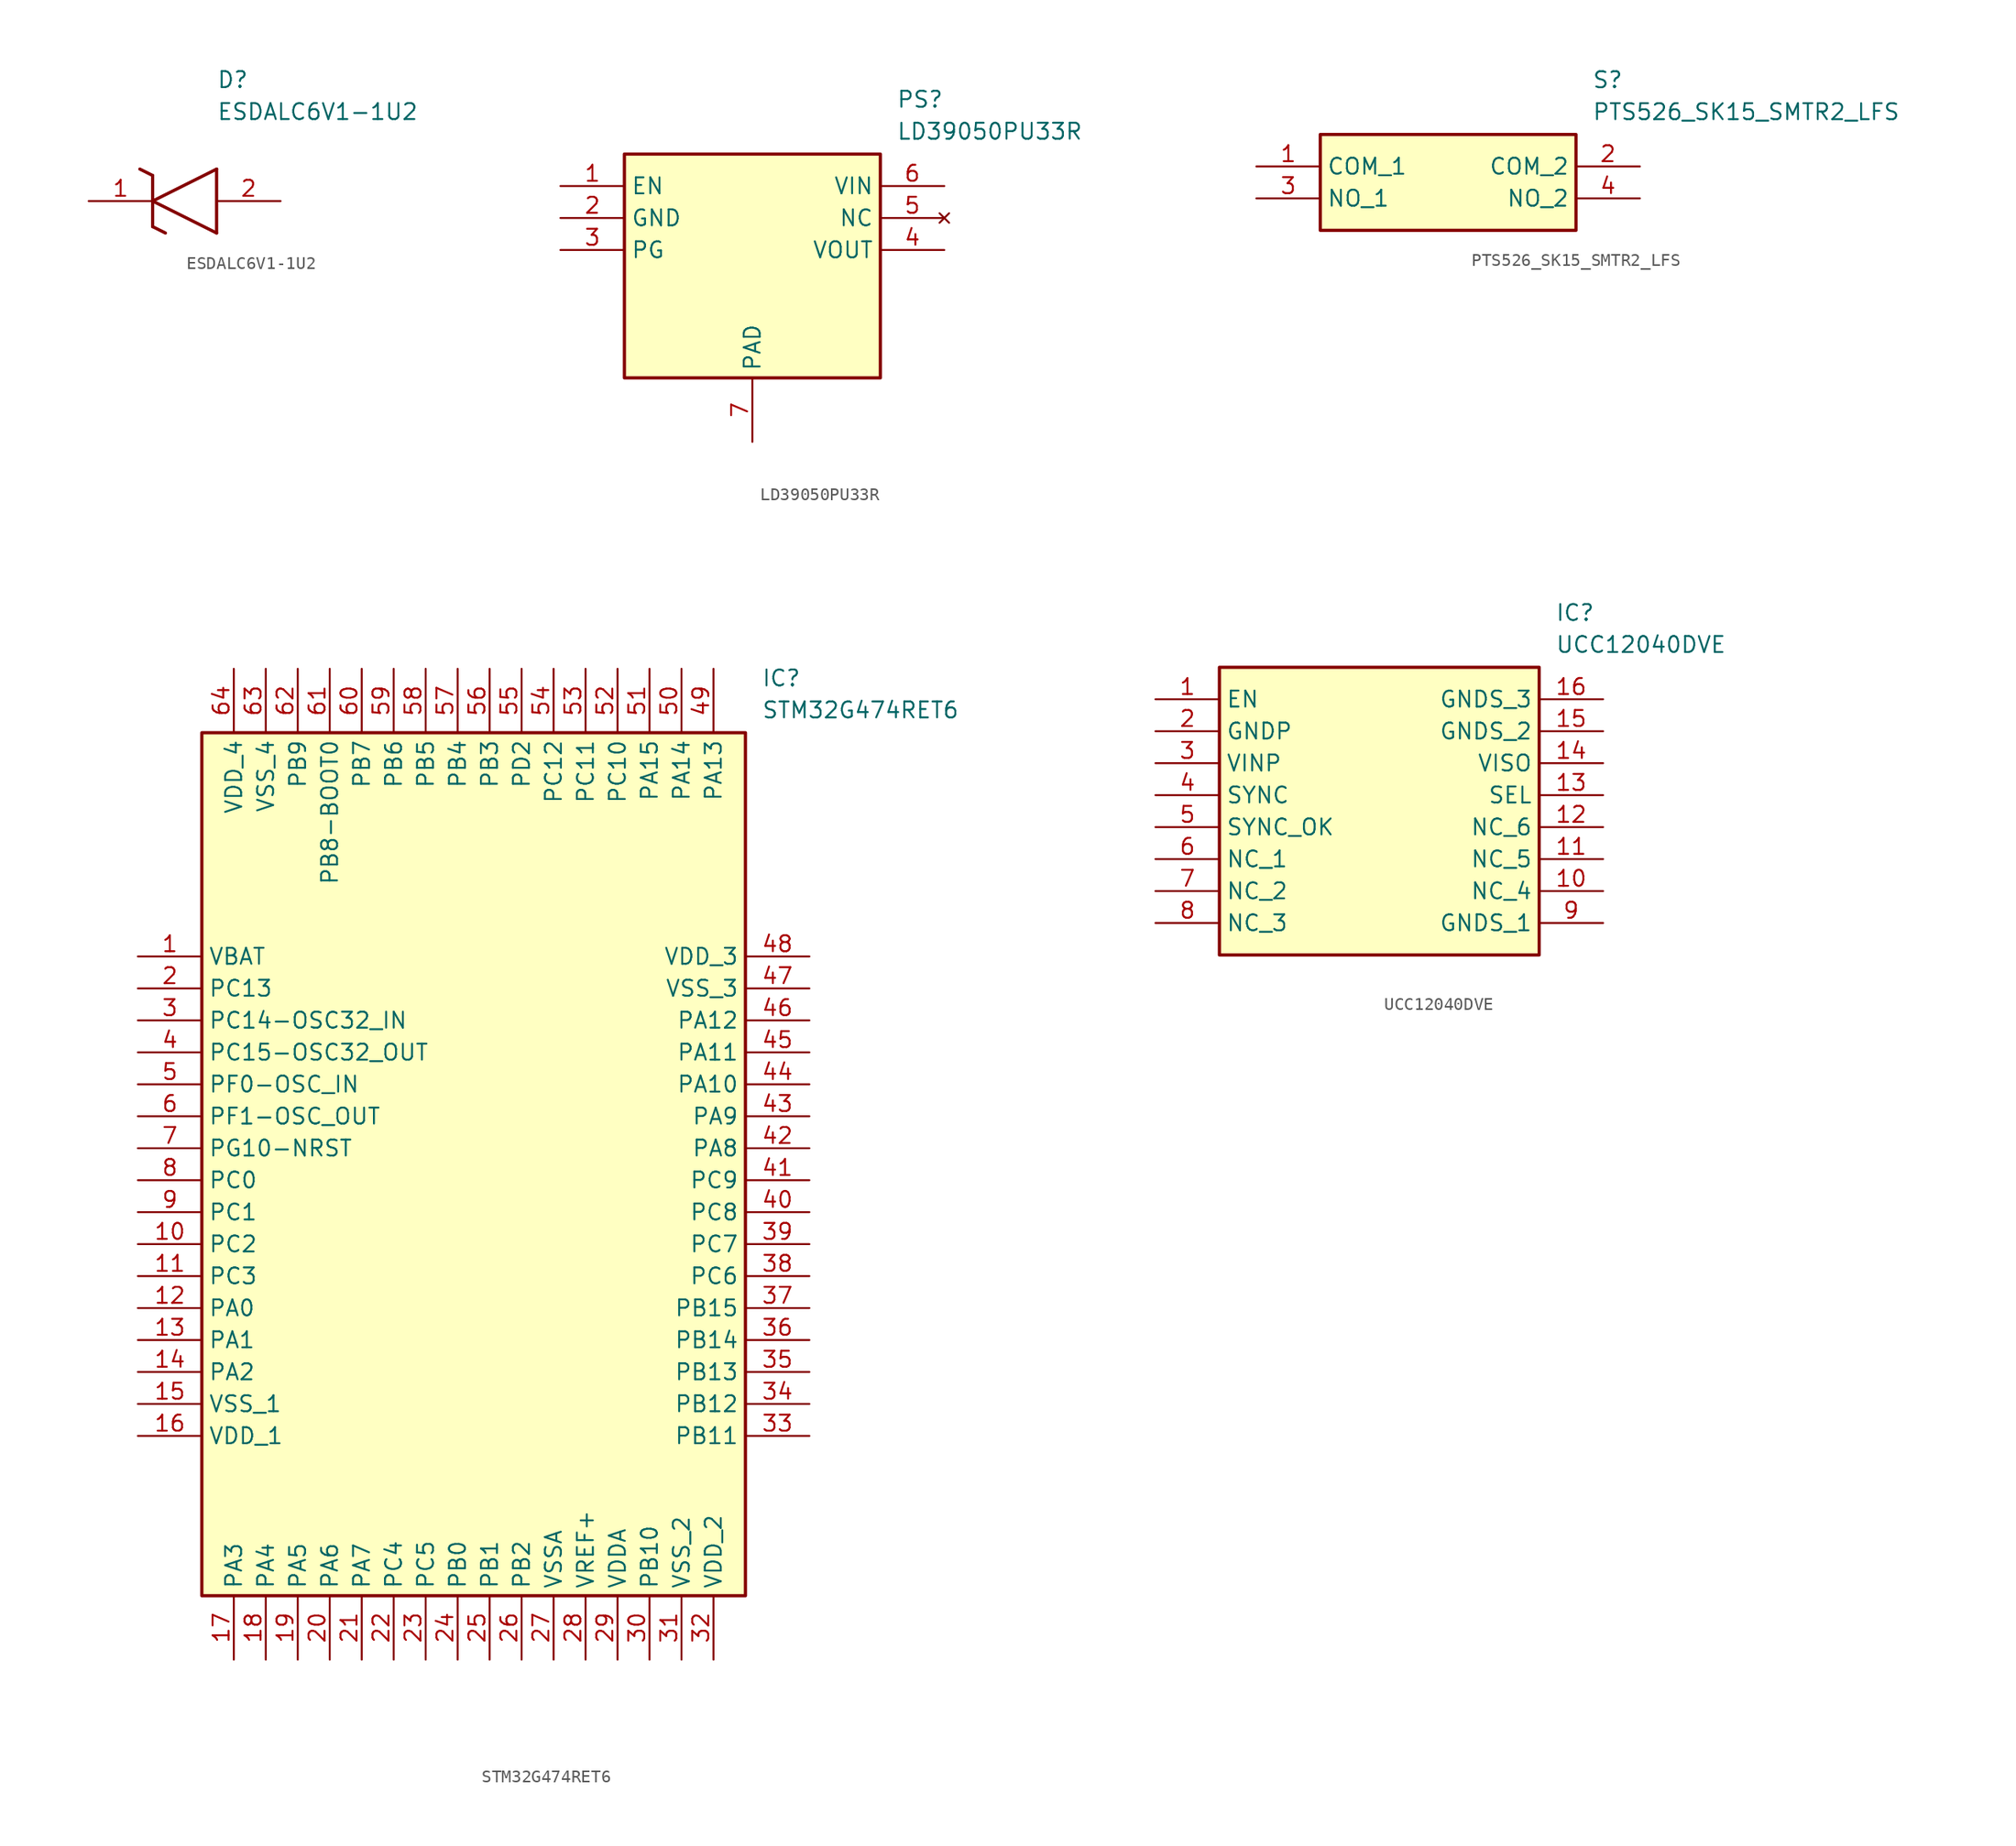
<source format=kicad_sym>
(kicad_symbol_lib
  (version 20220914)
  (generator kicad_symbol_editor)
  (symbol "ESDALC6V1-1U2"
    (pin_names hide)
    (property "Reference" "D"
      (at 10.16 8.89 0)
      (effects (font (size 1.27 1.27)) (justify left bottom)))
    (property "Value" "ESDALC6V1-1U2"
      (at 10.16 6.35 0)
      (effects (font (size 1.27 1.27)) (justify left bottom)))
    (symbol "ESDALC6V1-1U2_1_1"
      (polyline (pts (xy 4.064 2.54) (xy 5.08 2.032)) (stroke (width 0.254) (type default)) (fill (type none)))
      (polyline (pts (xy 5.08 -2.032) (xy 5.08 2.032)) (stroke (width 0.254) (type default)) (fill (type none)))
      (polyline (pts (xy 5.08 -2.032) (xy 6.096 -2.54)) (stroke (width 0.254) (type default)) (fill (type none)))
      (polyline (pts (xy 5.08 0) (xy 10.16 2.54)) (stroke (width 0.254) (type default)) (fill (type none)))
      (polyline (pts (xy 10.16 -2.54) (xy 5.08 0)) (stroke (width 0.254) (type default)) (fill (type none)))
      (polyline (pts (xy 10.16 -2.54) (xy 10.16 2.54)) (stroke (width 0.254) (type default)) (fill (type none)))
      (pin passive line (at 0 0 0) (length 5.08) (name "K" (effects (font (size 1.27 1.27)))) (number "1" (effects (font (size 1.27 1.27)))))
      (pin passive line (at 15.24 0 180) (length 5.08) (name "A" (effects (font (size 1.27 1.27)))) (number "2" (effects (font (size 1.27 1.27)))))))
  (symbol "LD39050PU33R"
    (property "Reference" "PS"
      (at 26.67 7.62 0)
      (effects (font (size 1.27 1.27)) (justify left top)))
    (property "Value" "LD39050PU33R"
      (at 26.67 5.08 0)
      (effects (font (size 1.27 1.27)) (justify left top)))
    (symbol "LD39050PU33R_1_1"
      (rectangle (start 5.08 2.54) (end 25.4 -15.24) (stroke (width 0.254) (type default)) (fill (type background)))
      (pin input line (at 0 0 0) (length 5.08) (name "EN" (effects (font (size 1.27 1.27)))) (number "1" (effects (font (size 1.27 1.27)))))
      (pin power_in line (at 0 -2.54 0) (length 5.08) (name "GND" (effects (font (size 1.27 1.27)))) (number "2" (effects (font (size 1.27 1.27)))))
      (pin output line (at 0 -5.08 0) (length 5.08) (name "PG" (effects (font (size 1.27 1.27)))) (number "3" (effects (font (size 1.27 1.27)))))
      (pin output line (at 30.48 -5.08 180) (length 5.08) (name "VOUT" (effects (font (size 1.27 1.27)))) (number "4" (effects (font (size 1.27 1.27)))))
      (pin no_connect line (at 30.48 -2.54 180) (length 5.08) (name "NC" (effects (font (size 1.27 1.27)))) (number "5" (effects (font (size 1.27 1.27)))))
      (pin power_in line (at 30.48 0 180) (length 5.08) (name "VIN" (effects (font (size 1.27 1.27)))) (number "6" (effects (font (size 1.27 1.27)))))
      (pin power_in line (at 15.24 -20.32 90) (length 5.08) (name "PAD" (effects (font (size 1.27 1.27)))) (number "7" (effects (font (size 1.27 1.27)))))))
  (symbol "PTS526_SK15_SMTR2_LFS"
    (property "Reference" "S"
      (at 26.67 7.62 0)
      (effects (font (size 1.27 1.27)) (justify left top)))
    (property "Value" "PTS526_SK15_SMTR2_LFS"
      (at 26.67 5.08 0)
      (effects (font (size 1.27 1.27)) (justify left top)))
    (symbol "PTS526_SK15_SMTR2_LFS_1_1"
      (rectangle (start 5.08 2.54) (end 25.4 -5.08) (stroke (width 0.254) (type default)) (fill (type background)))
      (pin passive line (at 0 0 0) (length 5.08) (name "COM_1" (effects (font (size 1.27 1.27)))) (number "1" (effects (font (size 1.27 1.27)))))
      (pin passive line (at 30.48 0 180) (length 5.08) (name "COM_2" (effects (font (size 1.27 1.27)))) (number "2" (effects (font (size 1.27 1.27)))))
      (pin passive line (at 0 -2.54 0) (length 5.08) (name "NO_1" (effects (font (size 1.27 1.27)))) (number "3" (effects (font (size 1.27 1.27)))))
      (pin passive line (at 30.48 -2.54 180) (length 5.08) (name "NO_2" (effects (font (size 1.27 1.27)))) (number "4" (effects (font (size 1.27 1.27)))))))
  (symbol "STM32G474RET6"
    (property "Reference" "IC"
      (at 49.53 22.86 0)
      (effects (font (size 1.27 1.27)) (justify left top)))
    (property "Value" "STM32G474RET6"
      (at 49.53 20.32 0)
      (effects (font (size 1.27 1.27)) (justify left top)))
    (symbol "STM32G474RET6_1_1"
      (rectangle (start 5.08 17.78) (end 48.26 -50.8) (stroke (width 0.254) (type default)) (fill (type background)))
      (pin passive line (at 0 0 0) (length 5.08) (name "VBAT" (effects (font (size 1.27 1.27)))) (number "1" (effects (font (size 1.27 1.27)))))
      (pin passive line (at 0 -22.86 0) (length 5.08) (name "PC2" (effects (font (size 1.27 1.27)))) (number "10" (effects (font (size 1.27 1.27)))))
      (pin passive line (at 0 -25.4 0) (length 5.08) (name "PC3" (effects (font (size 1.27 1.27)))) (number "11" (effects (font (size 1.27 1.27)))))
      (pin passive line (at 0 -27.94 0) (length 5.08) (name "PA0" (effects (font (size 1.27 1.27)))) (number "12" (effects (font (size 1.27 1.27)))))
      (pin passive line (at 0 -30.48 0) (length 5.08) (name "PA1" (effects (font (size 1.27 1.27)))) (number "13" (effects (font (size 1.27 1.27)))))
      (pin passive line (at 0 -33.02 0) (length 5.08) (name "PA2" (effects (font (size 1.27 1.27)))) (number "14" (effects (font (size 1.27 1.27)))))
      (pin passive line (at 0 -35.56 0) (length 5.08) (name "VSS_1" (effects (font (size 1.27 1.27)))) (number "15" (effects (font (size 1.27 1.27)))))
      (pin passive line (at 0 -38.1 0) (length 5.08) (name "VDD_1" (effects (font (size 1.27 1.27)))) (number "16" (effects (font (size 1.27 1.27)))))
      (pin passive line (at 7.62 -55.88 90) (length 5.08) (name "PA3" (effects (font (size 1.27 1.27)))) (number "17" (effects (font (size 1.27 1.27)))))
      (pin passive line (at 10.16 -55.88 90) (length 5.08) (name "PA4" (effects (font (size 1.27 1.27)))) (number "18" (effects (font (size 1.27 1.27)))))
      (pin passive line (at 12.7 -55.88 90) (length 5.08) (name "PA5" (effects (font (size 1.27 1.27)))) (number "19" (effects (font (size 1.27 1.27)))))
      (pin passive line (at 0 -2.54 0) (length 5.08) (name "PC13" (effects (font (size 1.27 1.27)))) (number "2" (effects (font (size 1.27 1.27)))))
      (pin passive line (at 15.24 -55.88 90) (length 5.08) (name "PA6" (effects (font (size 1.27 1.27)))) (number "20" (effects (font (size 1.27 1.27)))))
      (pin passive line (at 17.78 -55.88 90) (length 5.08) (name "PA7" (effects (font (size 1.27 1.27)))) (number "21" (effects (font (size 1.27 1.27)))))
      (pin passive line (at 20.32 -55.88 90) (length 5.08) (name "PC4" (effects (font (size 1.27 1.27)))) (number "22" (effects (font (size 1.27 1.27)))))
      (pin passive line (at 22.86 -55.88 90) (length 5.08) (name "PC5" (effects (font (size 1.27 1.27)))) (number "23" (effects (font (size 1.27 1.27)))))
      (pin passive line (at 25.4 -55.88 90) (length 5.08) (name "PB0" (effects (font (size 1.27 1.27)))) (number "24" (effects (font (size 1.27 1.27)))))
      (pin passive line (at 27.94 -55.88 90) (length 5.08) (name "PB1" (effects (font (size 1.27 1.27)))) (number "25" (effects (font (size 1.27 1.27)))))
      (pin passive line (at 30.48 -55.88 90) (length 5.08) (name "PB2" (effects (font (size 1.27 1.27)))) (number "26" (effects (font (size 1.27 1.27)))))
      (pin passive line (at 33.02 -55.88 90) (length 5.08) (name "VSSA" (effects (font (size 1.27 1.27)))) (number "27" (effects (font (size 1.27 1.27)))))
      (pin passive line (at 35.56 -55.88 90) (length 5.08) (name "VREF+" (effects (font (size 1.27 1.27)))) (number "28" (effects (font (size 1.27 1.27)))))
      (pin passive line (at 38.1 -55.88 90) (length 5.08) (name "VDDA" (effects (font (size 1.27 1.27)))) (number "29" (effects (font (size 1.27 1.27)))))
      (pin passive line (at 0 -5.08 0) (length 5.08) (name "PC14-OSC32_IN" (effects (font (size 1.27 1.27)))) (number "3" (effects (font (size 1.27 1.27)))))
      (pin passive line (at 40.64 -55.88 90) (length 5.08) (name "PB10" (effects (font (size 1.27 1.27)))) (number "30" (effects (font (size 1.27 1.27)))))
      (pin passive line (at 43.18 -55.88 90) (length 5.08) (name "VSS_2" (effects (font (size 1.27 1.27)))) (number "31" (effects (font (size 1.27 1.27)))))
      (pin passive line (at 45.72 -55.88 90) (length 5.08) (name "VDD_2" (effects (font (size 1.27 1.27)))) (number "32" (effects (font (size 1.27 1.27)))))
      (pin passive line (at 53.34 -38.1 180) (length 5.08) (name "PB11" (effects (font (size 1.27 1.27)))) (number "33" (effects (font (size 1.27 1.27)))))
      (pin passive line (at 53.34 -35.56 180) (length 5.08) (name "PB12" (effects (font (size 1.27 1.27)))) (number "34" (effects (font (size 1.27 1.27)))))
      (pin passive line (at 53.34 -33.02 180) (length 5.08) (name "PB13" (effects (font (size 1.27 1.27)))) (number "35" (effects (font (size 1.27 1.27)))))
      (pin passive line (at 53.34 -30.48 180) (length 5.08) (name "PB14" (effects (font (size 1.27 1.27)))) (number "36" (effects (font (size 1.27 1.27)))))
      (pin passive line (at 53.34 -27.94 180) (length 5.08) (name "PB15" (effects (font (size 1.27 1.27)))) (number "37" (effects (font (size 1.27 1.27)))))
      (pin passive line (at 53.34 -25.4 180) (length 5.08) (name "PC6" (effects (font (size 1.27 1.27)))) (number "38" (effects (font (size 1.27 1.27)))))
      (pin passive line (at 53.34 -22.86 180) (length 5.08) (name "PC7" (effects (font (size 1.27 1.27)))) (number "39" (effects (font (size 1.27 1.27)))))
      (pin passive line (at 0 -7.62 0) (length 5.08) (name "PC15-OSC32_OUT" (effects (font (size 1.27 1.27)))) (number "4" (effects (font (size 1.27 1.27)))))
      (pin passive line (at 53.34 -20.32 180) (length 5.08) (name "PC8" (effects (font (size 1.27 1.27)))) (number "40" (effects (font (size 1.27 1.27)))))
      (pin passive line (at 53.34 -17.78 180) (length 5.08) (name "PC9" (effects (font (size 1.27 1.27)))) (number "41" (effects (font (size 1.27 1.27)))))
      (pin passive line (at 53.34 -15.24 180) (length 5.08) (name "PA8" (effects (font (size 1.27 1.27)))) (number "42" (effects (font (size 1.27 1.27)))))
      (pin passive line (at 53.34 -12.7 180) (length 5.08) (name "PA9" (effects (font (size 1.27 1.27)))) (number "43" (effects (font (size 1.27 1.27)))))
      (pin passive line (at 53.34 -10.16 180) (length 5.08) (name "PA10" (effects (font (size 1.27 1.27)))) (number "44" (effects (font (size 1.27 1.27)))))
      (pin passive line (at 53.34 -7.62 180) (length 5.08) (name "PA11" (effects (font (size 1.27 1.27)))) (number "45" (effects (font (size 1.27 1.27)))))
      (pin passive line (at 53.34 -5.08 180) (length 5.08) (name "PA12" (effects (font (size 1.27 1.27)))) (number "46" (effects (font (size 1.27 1.27)))))
      (pin passive line (at 53.34 -2.54 180) (length 5.08) (name "VSS_3" (effects (font (size 1.27 1.27)))) (number "47" (effects (font (size 1.27 1.27)))))
      (pin passive line (at 53.34 0 180) (length 5.08) (name "VDD_3" (effects (font (size 1.27 1.27)))) (number "48" (effects (font (size 1.27 1.27)))))
      (pin passive line (at 45.72 22.86 270) (length 5.08) (name "PA13" (effects (font (size 1.27 1.27)))) (number "49" (effects (font (size 1.27 1.27)))))
      (pin passive line (at 0 -10.16 0) (length 5.08) (name "PF0-OSC_IN" (effects (font (size 1.27 1.27)))) (number "5" (effects (font (size 1.27 1.27)))))
      (pin passive line (at 43.18 22.86 270) (length 5.08) (name "PA14" (effects (font (size 1.27 1.27)))) (number "50" (effects (font (size 1.27 1.27)))))
      (pin passive line (at 40.64 22.86 270) (length 5.08) (name "PA15" (effects (font (size 1.27 1.27)))) (number "51" (effects (font (size 1.27 1.27)))))
      (pin passive line (at 38.1 22.86 270) (length 5.08) (name "PC10" (effects (font (size 1.27 1.27)))) (number "52" (effects (font (size 1.27 1.27)))))
      (pin passive line (at 35.56 22.86 270) (length 5.08) (name "PC11" (effects (font (size 1.27 1.27)))) (number "53" (effects (font (size 1.27 1.27)))))
      (pin passive line (at 33.02 22.86 270) (length 5.08) (name "PC12" (effects (font (size 1.27 1.27)))) (number "54" (effects (font (size 1.27 1.27)))))
      (pin passive line (at 30.48 22.86 270) (length 5.08) (name "PD2" (effects (font (size 1.27 1.27)))) (number "55" (effects (font (size 1.27 1.27)))))
      (pin passive line (at 27.94 22.86 270) (length 5.08) (name "PB3" (effects (font (size 1.27 1.27)))) (number "56" (effects (font (size 1.27 1.27)))))
      (pin passive line (at 25.4 22.86 270) (length 5.08) (name "PB4" (effects (font (size 1.27 1.27)))) (number "57" (effects (font (size 1.27 1.27)))))
      (pin passive line (at 22.86 22.86 270) (length 5.08) (name "PB5" (effects (font (size 1.27 1.27)))) (number "58" (effects (font (size 1.27 1.27)))))
      (pin passive line (at 20.32 22.86 270) (length 5.08) (name "PB6" (effects (font (size 1.27 1.27)))) (number "59" (effects (font (size 1.27 1.27)))))
      (pin passive line (at 0 -12.7 0) (length 5.08) (name "PF1-OSC_OUT" (effects (font (size 1.27 1.27)))) (number "6" (effects (font (size 1.27 1.27)))))
      (pin passive line (at 17.78 22.86 270) (length 5.08) (name "PB7" (effects (font (size 1.27 1.27)))) (number "60" (effects (font (size 1.27 1.27)))))
      (pin passive line (at 15.24 22.86 270) (length 5.08) (name "PB8-BOOT0" (effects (font (size 1.27 1.27)))) (number "61" (effects (font (size 1.27 1.27)))))
      (pin passive line (at 12.7 22.86 270) (length 5.08) (name "PB9" (effects (font (size 1.27 1.27)))) (number "62" (effects (font (size 1.27 1.27)))))
      (pin passive line (at 10.16 22.86 270) (length 5.08) (name "VSS_4" (effects (font (size 1.27 1.27)))) (number "63" (effects (font (size 1.27 1.27)))))
      (pin passive line (at 7.62 22.86 270) (length 5.08) (name "VDD_4" (effects (font (size 1.27 1.27)))) (number "64" (effects (font (size 1.27 1.27)))))
      (pin passive line (at 0 -15.24 0) (length 5.08) (name "PG10-NRST" (effects (font (size 1.27 1.27)))) (number "7" (effects (font (size 1.27 1.27)))))
      (pin passive line (at 0 -17.78 0) (length 5.08) (name "PC0" (effects (font (size 1.27 1.27)))) (number "8" (effects (font (size 1.27 1.27)))))
      (pin passive line (at 0 -20.32 0) (length 5.08) (name "PC1" (effects (font (size 1.27 1.27)))) (number "9" (effects (font (size 1.27 1.27)))))))
  (symbol "UCC12040DVE"
    (property "Reference" "IC"
      (at 31.75 7.62 0)
      (effects (font (size 1.27 1.27)) (justify left top)))
    (property "Value" "UCC12040DVE"
      (at 31.75 5.08 0)
      (effects (font (size 1.27 1.27)) (justify left top)))
    (symbol "UCC12040DVE_1_1"
      (rectangle (start 5.08 2.54) (end 30.48 -20.32) (stroke (width 0.254) (type default)) (fill (type background)))
      (pin passive line (at 0 0 0) (length 5.08) (name "EN" (effects (font (size 1.27 1.27)))) (number "1" (effects (font (size 1.27 1.27)))))
      (pin passive line (at 35.56 -15.24 180) (length 5.08) (name "NC_4" (effects (font (size 1.27 1.27)))) (number "10" (effects (font (size 1.27 1.27)))))
      (pin passive line (at 35.56 -12.7 180) (length 5.08) (name "NC_5" (effects (font (size 1.27 1.27)))) (number "11" (effects (font (size 1.27 1.27)))))
      (pin passive line (at 35.56 -10.16 180) (length 5.08) (name "NC_6" (effects (font (size 1.27 1.27)))) (number "12" (effects (font (size 1.27 1.27)))))
      (pin passive line (at 35.56 -7.62 180) (length 5.08) (name "SEL" (effects (font (size 1.27 1.27)))) (number "13" (effects (font (size 1.27 1.27)))))
      (pin passive line (at 35.56 -5.08 180) (length 5.08) (name "VISO" (effects (font (size 1.27 1.27)))) (number "14" (effects (font (size 1.27 1.27)))))
      (pin passive line (at 35.56 -2.54 180) (length 5.08) (name "GNDS_2" (effects (font (size 1.27 1.27)))) (number "15" (effects (font (size 1.27 1.27)))))
      (pin passive line (at 35.56 0 180) (length 5.08) (name "GNDS_3" (effects (font (size 1.27 1.27)))) (number "16" (effects (font (size 1.27 1.27)))))
      (pin passive line (at 0 -2.54 0) (length 5.08) (name "GNDP" (effects (font (size 1.27 1.27)))) (number "2" (effects (font (size 1.27 1.27)))))
      (pin passive line (at 0 -5.08 0) (length 5.08) (name "VINP" (effects (font (size 1.27 1.27)))) (number "3" (effects (font (size 1.27 1.27)))))
      (pin passive line (at 0 -7.62 0) (length 5.08) (name "SYNC" (effects (font (size 1.27 1.27)))) (number "4" (effects (font (size 1.27 1.27)))))
      (pin passive line (at 0 -10.16 0) (length 5.08) (name "SYNC_OK" (effects (font (size 1.27 1.27)))) (number "5" (effects (font (size 1.27 1.27)))))
      (pin passive line (at 0 -12.7 0) (length 5.08) (name "NC_1" (effects (font (size 1.27 1.27)))) (number "6" (effects (font (size 1.27 1.27)))))
      (pin passive line (at 0 -15.24 0) (length 5.08) (name "NC_2" (effects (font (size 1.27 1.27)))) (number "7" (effects (font (size 1.27 1.27)))))
      (pin passive line (at 0 -17.78 0) (length 5.08) (name "NC_3" (effects (font (size 1.27 1.27)))) (number "8" (effects (font (size 1.27 1.27)))))
      (pin passive line (at 35.56 -17.78 180) (length 5.08) (name "GNDS_1" (effects (font (size 1.27 1.27)))) (number "9" (effects (font (size 1.27 1.27))))))))
</source>
